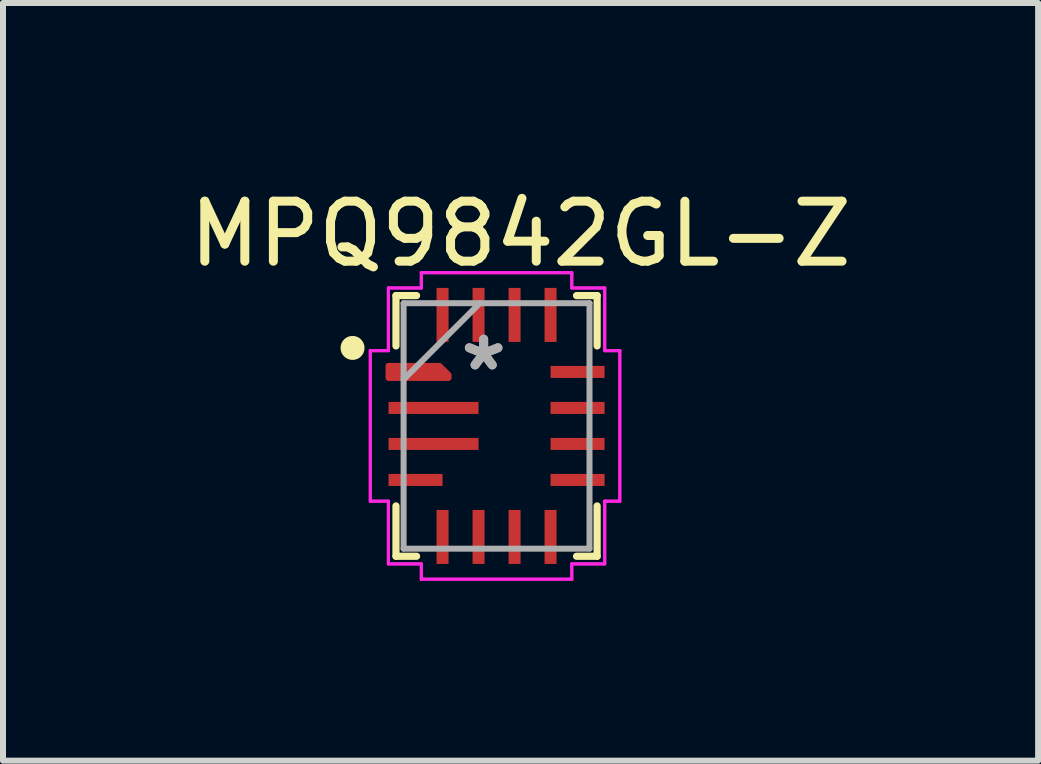
<source format=kicad_pcb>
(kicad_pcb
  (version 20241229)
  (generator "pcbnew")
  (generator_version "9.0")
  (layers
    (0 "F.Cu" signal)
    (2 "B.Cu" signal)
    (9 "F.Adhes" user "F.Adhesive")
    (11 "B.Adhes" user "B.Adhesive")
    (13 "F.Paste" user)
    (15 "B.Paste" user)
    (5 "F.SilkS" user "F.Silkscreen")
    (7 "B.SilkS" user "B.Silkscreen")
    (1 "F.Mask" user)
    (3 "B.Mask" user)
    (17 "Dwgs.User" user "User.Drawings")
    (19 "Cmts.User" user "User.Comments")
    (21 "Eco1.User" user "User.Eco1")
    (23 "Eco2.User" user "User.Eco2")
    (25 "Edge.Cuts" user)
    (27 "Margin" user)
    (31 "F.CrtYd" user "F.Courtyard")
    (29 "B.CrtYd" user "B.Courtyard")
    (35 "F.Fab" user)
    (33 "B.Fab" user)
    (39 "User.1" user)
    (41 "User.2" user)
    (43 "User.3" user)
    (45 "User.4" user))
  (footprint "MPQ9842GL-Z"
    (layer "F.Cu")
    (at 5.225 4.048)
    (property "Reference" "MPQ9842GL-Z" (at 0.4 -3.2 0) (layer "F.SilkS") (effects (font (size 1 1) (thickness 0.15))))
    (attr through_hole)
    (fp_poly (pts (xy -1.8 -1) (xy -1.8 -0.8) (xy -0.8 -0.8) (xy -0.8 -0.85) (xy -0.95 -1)) (stroke (width 0.1) (type solid)) (fill yes) (layer "F.Cu"))
    (fp_poly (pts (xy -1.8 -1) (xy -1.8 -0.8) (xy -0.8 -0.8) (xy -0.8 -0.85) (xy -0.95 -1)) (stroke (width 0.1) (type solid)) (fill yes) (layer "F.Mask"))
    (fp_line (start -1.676 -2.172) (end -1.676 -1.333) (stroke (width 0.12) (type solid)) (layer "F.SilkS"))
    (fp_line (start -1.676 1.333) (end -1.676 2.172) (stroke (width 0.12) (type solid)) (layer "F.SilkS"))
    (fp_line (start -1.676 2.172) (end -1.333 2.172) (stroke (width 0.12) (type solid)) (layer "F.SilkS"))
    (fp_line (start -1.333 -2.172) (end -1.676 -2.172) (stroke (width 0.12) (type solid)) (layer "F.SilkS"))
    (fp_line (start 1.333 2.172) (end 1.676 2.172) (stroke (width 0.12) (type solid)) (layer "F.SilkS"))
    (fp_line (start 1.676 -2.172) (end 1.333 -2.172) (stroke (width 0.12) (type solid)) (layer "F.SilkS"))
    (fp_line (start 1.676 -1.333) (end 1.676 -2.172) (stroke (width 0.12) (type solid)) (layer "F.SilkS"))
    (fp_line (start 1.676 2.172) (end 1.676 1.333) (stroke (width 0.12) (type solid)) (layer "F.SilkS"))
    (fp_circle (center -2.4 -1.3) (end -2.3 -1.3) (stroke (width 0.2) (type solid)) (fill no) (layer "F.SilkS"))
    (fp_poly (pts (xy -1.8 -1) (xy -1.8 -0.8) (xy -0.8 -0.8) (xy -0.8 -0.85) (xy -0.95 -1)) (stroke (width 0.1) (type solid)) (fill yes) (layer "F.Paste"))
    (fp_line (start -2.104 -1.254) (end -1.803 -1.254) (stroke (width 0.05) (type solid)) (layer "F.CrtYd"))
    (fp_line (start -2.104 -1.254) (end -1.803 -1.254) (stroke (width 0.05) (type solid)) (layer "F.CrtYd"))
    (fp_line (start -2.104 1.254) (end -2.104 -1.254) (stroke (width 0.05) (type solid)) (layer "F.CrtYd"))
    (fp_line (start -2.104 1.254) (end -2.104 -1.254) (stroke (width 0.05) (type solid)) (layer "F.CrtYd"))
    (fp_line (start -1.803 -2.299) (end -1.254 -2.299) (stroke (width 0.05) (type solid)) (layer "F.CrtYd"))
    (fp_line (start -1.803 -2.299) (end -1.254 -2.299) (stroke (width 0.05) (type solid)) (layer "F.CrtYd"))
    (fp_line (start -1.803 -1.254) (end -1.803 -2.299) (stroke (width 0.05) (type solid)) (layer "F.CrtYd"))
    (fp_line (start -1.803 -1.254) (end -1.803 -2.299) (stroke (width 0.05) (type solid)) (layer "F.CrtYd"))
    (fp_line (start -1.803 1.254) (end -2.104 1.254) (stroke (width 0.05) (type solid)) (layer "F.CrtYd"))
    (fp_line (start -1.803 1.254) (end -2.104 1.254) (stroke (width 0.05) (type solid)) (layer "F.CrtYd"))
    (fp_line (start -1.803 2.299) (end -1.803 1.254) (stroke (width 0.05) (type solid)) (layer "F.CrtYd"))
    (fp_line (start -1.803 2.299) (end -1.803 1.254) (stroke (width 0.05) (type solid)) (layer "F.CrtYd"))
    (fp_line (start -1.254 -2.554) (end 1.254 -2.554) (stroke (width 0.05) (type solid)) (layer "F.CrtYd"))
    (fp_line (start -1.254 -2.554) (end 1.254 -2.554) (stroke (width 0.05) (type solid)) (layer "F.CrtYd"))
    (fp_line (start -1.254 -2.299) (end -1.254 -2.554) (stroke (width 0.05) (type solid)) (layer "F.CrtYd"))
    (fp_line (start -1.254 -2.299) (end -1.254 -2.554) (stroke (width 0.05) (type solid)) (layer "F.CrtYd"))
    (fp_line (start -1.254 2.299) (end -1.803 2.299) (stroke (width 0.05) (type solid)) (layer "F.CrtYd"))
    (fp_line (start -1.254 2.299) (end -1.803 2.299) (stroke (width 0.05) (type solid)) (layer "F.CrtYd"))
    (fp_line (start -1.254 2.554) (end -1.254 2.299) (stroke (width 0.05) (type solid)) (layer "F.CrtYd"))
    (fp_line (start -1.254 2.554) (end -1.254 2.299) (stroke (width 0.05) (type solid)) (layer "F.CrtYd"))
    (fp_line (start 1.254 -2.554) (end 1.254 -2.299) (stroke (width 0.05) (type solid)) (layer "F.CrtYd"))
    (fp_line (start 1.254 -2.554) (end 1.254 -2.299) (stroke (width 0.05) (type solid)) (layer "F.CrtYd"))
    (fp_line (start 1.254 -2.299) (end 1.803 -2.299) (stroke (width 0.05) (type solid)) (layer "F.CrtYd"))
    (fp_line (start 1.254 -2.299) (end 1.803 -2.299) (stroke (width 0.05) (type solid)) (layer "F.CrtYd"))
    (fp_line (start 1.254 2.299) (end 1.254 2.554) (stroke (width 0.05) (type solid)) (layer "F.CrtYd"))
    (fp_line (start 1.254 2.299) (end 1.254 2.554) (stroke (width 0.05) (type solid)) (layer "F.CrtYd"))
    (fp_line (start 1.254 2.554) (end -1.254 2.554) (stroke (width 0.05) (type solid)) (layer "F.CrtYd"))
    (fp_line (start 1.254 2.554) (end -1.254 2.554) (stroke (width 0.05) (type solid)) (layer "F.CrtYd"))
    (fp_line (start 1.803 -2.299) (end 1.803 -1.254) (stroke (width 0.05) (type solid)) (layer "F.CrtYd"))
    (fp_line (start 1.803 -2.299) (end 1.803 -1.254) (stroke (width 0.05) (type solid)) (layer "F.CrtYd"))
    (fp_line (start 1.803 -1.254) (end 2.054 -1.254) (stroke (width 0.05) (type solid)) (layer "F.CrtYd"))
    (fp_line (start 1.803 -1.254) (end 2.054 -1.254) (stroke (width 0.05) (type solid)) (layer "F.CrtYd"))
    (fp_line (start 1.803 1.254) (end 1.803 2.299) (stroke (width 0.05) (type solid)) (layer "F.CrtYd"))
    (fp_line (start 1.803 1.254) (end 1.803 2.299) (stroke (width 0.05) (type solid)) (layer "F.CrtYd"))
    (fp_line (start 1.803 2.299) (end 1.254 2.299) (stroke (width 0.05) (type solid)) (layer "F.CrtYd"))
    (fp_line (start 1.803 2.299) (end 1.254 2.299) (stroke (width 0.05) (type solid)) (layer "F.CrtYd"))
    (fp_line (start 2.054 -1.254) (end 2.054 1.254) (stroke (width 0.05) (type solid)) (layer "F.CrtYd"))
    (fp_line (start 2.054 -1.254) (end 2.054 1.254) (stroke (width 0.05) (type solid)) (layer "F.CrtYd"))
    (fp_line (start 2.054 1.254) (end 1.803 1.254) (stroke (width 0.05) (type solid)) (layer "F.CrtYd"))
    (fp_line (start 2.054 1.254) (end 1.803 1.254) (stroke (width 0.05) (type solid)) (layer "F.CrtYd"))
    (fp_line (start -1.549 -2.045) (end -1.549 2.045) (stroke (width 0.1) (type solid)) (layer "F.Fab"))
    (fp_line (start -1.549 -0.775) (end -0.279 -2.045) (stroke (width 0.1) (type solid)) (layer "F.Fab"))
    (fp_line (start -1.549 2.045) (end 1.549 2.045) (stroke (width 0.1) (type solid)) (layer "F.Fab"))
    (fp_line (start 1.549 -2.045) (end -1.549 -2.045) (stroke (width 0.1) (type solid)) (layer "F.Fab"))
    (fp_line (start 1.549 2.045) (end 1.549 -2.045) (stroke (width 0.1) (type solid)) (layer "F.Fab"))
    (fp_text user "*" (at -0.215 -0.9 0) (layer "F.Fab") (effects (font (size 1 1) (thickness 0.15))))
    (fp_text user "*" (at -0.215 -0.9 0) (layer "F.Fab") (effects (font (size 1 1) (thickness 0.15))))
    (pad "1" smd rect (at -1.3 -0.9) (size 0.127 0.127) (layers "F.Cu" "F.Mask" "F.Paste"))
    (pad "2" smd rect (at -1.05 -0.3) (size 1.5 0.2) (layers "F.Cu" "F.Mask" "F.Paste"))
    (pad "3" smd rect (at -1.05 0.3) (size 1.5 0.2) (layers "F.Cu" "F.Mask" "F.Paste"))
    (pad "4" smd rect (at -1.35 0.9) (size 0.9 0.2) (layers "F.Cu" "F.Mask" "F.Paste"))
    (pad "5" smd rect (at -0.9 1.85 90) (size 0.9 0.2) (layers "F.Cu" "F.Mask" "F.Paste"))
    (pad "6" smd rect (at -0.3 1.85 90) (size 0.9 0.2) (layers "F.Cu" "F.Mask" "F.Paste"))
    (pad "7" smd rect (at 0.3 1.85 90) (size 0.9 0.2) (layers "F.Cu" "F.Mask" "F.Paste"))
    (pad "8" smd rect (at 0.9 1.85 90) (size 0.9 0.2) (layers "F.Cu" "F.Mask" "F.Paste"))
    (pad "9" smd rect (at 1.35 0.9) (size 0.9 0.2) (layers "F.Cu" "F.Mask" "F.Paste"))
    (pad "10" smd rect (at 1.35 0.3) (size 0.9 0.2) (layers "F.Cu" "F.Mask" "F.Paste"))
    (pad "11" smd rect (at 1.35 -0.3) (size 0.9 0.2) (layers "F.Cu" "F.Mask" "F.Paste"))
    (pad "12" smd rect (at 1.35 -0.9) (size 0.9 0.2) (layers "F.Cu" "F.Mask" "F.Paste"))
    (pad "13" smd rect (at 0.9 -1.85 90) (size 0.9 0.2) (layers "F.Cu" "F.Mask" "F.Paste"))
    (pad "14" smd rect (at 0.3 -1.85 90) (size 0.9 0.2) (layers "F.Cu" "F.Mask" "F.Paste"))
    (pad "15" smd rect (at -0.3 -1.85 90) (size 0.9 0.2) (layers "F.Cu" "F.Mask" "F.Paste"))
    (pad "16" smd rect (at -0.9 -1.85 90) (size 0.9 0.2) (layers "F.Cu" "F.Mask" "F.Paste")))
  (gr_rect
    (start -3 -3)
    (end 14.25 9.627)
    (stroke (width 0.1) (type default))
    (fill no)
    (layer "Edge.Cuts")))
</source>
